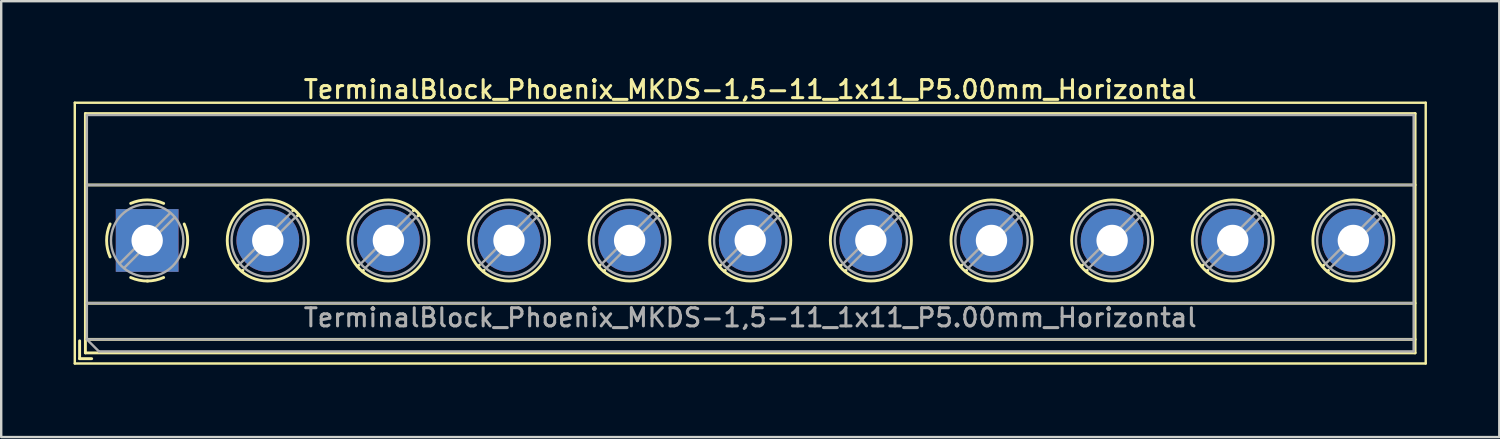
<source format=kicad_pcb>
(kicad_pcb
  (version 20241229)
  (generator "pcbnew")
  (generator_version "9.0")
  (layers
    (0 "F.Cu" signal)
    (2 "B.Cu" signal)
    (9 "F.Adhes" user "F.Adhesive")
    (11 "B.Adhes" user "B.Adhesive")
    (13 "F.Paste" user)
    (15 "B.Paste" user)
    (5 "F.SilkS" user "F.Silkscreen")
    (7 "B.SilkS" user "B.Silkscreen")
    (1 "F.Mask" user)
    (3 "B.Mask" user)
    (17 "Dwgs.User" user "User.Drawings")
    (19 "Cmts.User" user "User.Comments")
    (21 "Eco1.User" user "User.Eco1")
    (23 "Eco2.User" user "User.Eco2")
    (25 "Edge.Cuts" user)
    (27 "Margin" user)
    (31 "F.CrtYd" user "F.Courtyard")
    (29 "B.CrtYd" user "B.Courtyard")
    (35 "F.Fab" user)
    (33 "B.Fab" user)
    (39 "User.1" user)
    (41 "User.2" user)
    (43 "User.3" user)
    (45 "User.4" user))
  (footprint "TerminalBlock_Phoenix_MKDS-1,5-11_1x11_P5.00mm_Horizontal"
    (layer "F.Cu")
    (at 3.05 6.918)
    (property "Reference" "TerminalBlock_Phoenix_MKDS-1,5-11_1x11_P5.00mm_Horizontal" (at 25 -6.26 0) (layer "F.SilkS") (effects (font (size 0.75 0.75) (thickness 0.125))))
    (attr through_hole)
    (fp_line (start -3 -5.71) (end -3 5.1) (stroke (width 0.1) (type solid)) (layer "F.SilkS"))
    (fp_line (start -3 5.1) (end 53 5.1) (stroke (width 0.1) (type solid)) (layer "F.SilkS"))
    (fp_line (start -2.8 4.16) (end -2.8 4.9) (stroke (width 0.12) (type solid)) (layer "F.SilkS"))
    (fp_line (start -2.8 4.9) (end -2.3 4.9) (stroke (width 0.12) (type solid)) (layer "F.SilkS"))
    (fp_line (start -2.56 -5.261) (end -2.56 4.66) (stroke (width 0.12) (type solid)) (layer "F.SilkS"))
    (fp_line (start -2.56 -5.261) (end 52.56 -5.261) (stroke (width 0.12) (type solid)) (layer "F.SilkS"))
    (fp_line (start -2.56 -2.301) (end 52.56 -2.301) (stroke (width 0.12) (type solid)) (layer "F.SilkS"))
    (fp_line (start -2.56 2.6) (end 52.56 2.6) (stroke (width 0.12) (type solid)) (layer "F.SilkS"))
    (fp_line (start -2.56 4.1) (end 52.56 4.1) (stroke (width 0.12) (type solid)) (layer "F.SilkS"))
    (fp_line (start -2.56 4.66) (end 52.56 4.66) (stroke (width 0.12) (type solid)) (layer "F.SilkS"))
    (fp_line (start 3.773 1.023) (end 3.726 1.069) (stroke (width 0.12) (type solid)) (layer "F.SilkS"))
    (fp_line (start 3.966 1.239) (end 3.931 1.274) (stroke (width 0.12) (type solid)) (layer "F.SilkS"))
    (fp_line (start 6.07 -1.275) (end 6.035 -1.239) (stroke (width 0.12) (type solid)) (layer "F.SilkS"))
    (fp_line (start 6.275 -1.069) (end 6.228 -1.023) (stroke (width 0.12) (type solid)) (layer "F.SilkS"))
    (fp_line (start 8.773 1.023) (end 8.726 1.069) (stroke (width 0.12) (type solid)) (layer "F.SilkS"))
    (fp_line (start 8.966 1.239) (end 8.931 1.274) (stroke (width 0.12) (type solid)) (layer "F.SilkS"))
    (fp_line (start 11.07 -1.275) (end 11.035 -1.239) (stroke (width 0.12) (type solid)) (layer "F.SilkS"))
    (fp_line (start 11.275 -1.069) (end 11.228 -1.023) (stroke (width 0.12) (type solid)) (layer "F.SilkS"))
    (fp_line (start 13.773 1.023) (end 13.726 1.069) (stroke (width 0.12) (type solid)) (layer "F.SilkS"))
    (fp_line (start 13.966 1.239) (end 13.931 1.274) (stroke (width 0.12) (type solid)) (layer "F.SilkS"))
    (fp_line (start 16.07 -1.275) (end 16.035 -1.239) (stroke (width 0.12) (type solid)) (layer "F.SilkS"))
    (fp_line (start 16.275 -1.069) (end 16.228 -1.023) (stroke (width 0.12) (type solid)) (layer "F.SilkS"))
    (fp_line (start 18.773 1.023) (end 18.726 1.069) (stroke (width 0.12) (type solid)) (layer "F.SilkS"))
    (fp_line (start 18.966 1.239) (end 18.931 1.274) (stroke (width 0.12) (type solid)) (layer "F.SilkS"))
    (fp_line (start 21.07 -1.275) (end 21.035 -1.239) (stroke (width 0.12) (type solid)) (layer "F.SilkS"))
    (fp_line (start 21.275 -1.069) (end 21.228 -1.023) (stroke (width 0.12) (type solid)) (layer "F.SilkS"))
    (fp_line (start 23.773 1.023) (end 23.726 1.069) (stroke (width 0.12) (type solid)) (layer "F.SilkS"))
    (fp_line (start 23.966 1.239) (end 23.931 1.274) (stroke (width 0.12) (type solid)) (layer "F.SilkS"))
    (fp_line (start 26.07 -1.275) (end 26.035 -1.239) (stroke (width 0.12) (type solid)) (layer "F.SilkS"))
    (fp_line (start 26.275 -1.069) (end 26.228 -1.023) (stroke (width 0.12) (type solid)) (layer "F.SilkS"))
    (fp_line (start 28.773 1.023) (end 28.726 1.069) (stroke (width 0.12) (type solid)) (layer "F.SilkS"))
    (fp_line (start 28.966 1.239) (end 28.931 1.274) (stroke (width 0.12) (type solid)) (layer "F.SilkS"))
    (fp_line (start 31.07 -1.275) (end 31.035 -1.239) (stroke (width 0.12) (type solid)) (layer "F.SilkS"))
    (fp_line (start 31.275 -1.069) (end 31.228 -1.023) (stroke (width 0.12) (type solid)) (layer "F.SilkS"))
    (fp_line (start 33.773 1.023) (end 33.726 1.069) (stroke (width 0.12) (type solid)) (layer "F.SilkS"))
    (fp_line (start 33.966 1.239) (end 33.931 1.274) (stroke (width 0.12) (type solid)) (layer "F.SilkS"))
    (fp_line (start 36.07 -1.275) (end 36.035 -1.239) (stroke (width 0.12) (type solid)) (layer "F.SilkS"))
    (fp_line (start 36.275 -1.069) (end 36.228 -1.023) (stroke (width 0.12) (type solid)) (layer "F.SilkS"))
    (fp_line (start 38.773 1.023) (end 38.726 1.069) (stroke (width 0.12) (type solid)) (layer "F.SilkS"))
    (fp_line (start 38.966 1.239) (end 38.931 1.274) (stroke (width 0.12) (type solid)) (layer "F.SilkS"))
    (fp_line (start 41.07 -1.275) (end 41.035 -1.239) (stroke (width 0.12) (type solid)) (layer "F.SilkS"))
    (fp_line (start 41.275 -1.069) (end 41.228 -1.023) (stroke (width 0.12) (type solid)) (layer "F.SilkS"))
    (fp_line (start 43.773 1.023) (end 43.726 1.069) (stroke (width 0.12) (type solid)) (layer "F.SilkS"))
    (fp_line (start 43.966 1.239) (end 43.931 1.274) (stroke (width 0.12) (type solid)) (layer "F.SilkS"))
    (fp_line (start 46.07 -1.275) (end 46.035 -1.239) (stroke (width 0.12) (type solid)) (layer "F.SilkS"))
    (fp_line (start 46.275 -1.069) (end 46.228 -1.023) (stroke (width 0.12) (type solid)) (layer "F.SilkS"))
    (fp_line (start 48.773 1.023) (end 48.726 1.069) (stroke (width 0.12) (type solid)) (layer "F.SilkS"))
    (fp_line (start 48.966 1.239) (end 48.931 1.274) (stroke (width 0.12) (type solid)) (layer "F.SilkS"))
    (fp_line (start 51.07 -1.275) (end 51.035 -1.239) (stroke (width 0.12) (type solid)) (layer "F.SilkS"))
    (fp_line (start 51.275 -1.069) (end 51.228 -1.023) (stroke (width 0.12) (type solid)) (layer "F.SilkS"))
    (fp_line (start 52.56 -5.261) (end 52.56 4.66) (stroke (width 0.12) (type solid)) (layer "F.SilkS"))
    (fp_line (start 53 -5.71) (end -3 -5.71) (stroke (width 0.1) (type solid)) (layer "F.SilkS"))
    (fp_line (start 53 5.1) (end 53 -5.71) (stroke (width 0.1) (type solid)) (layer "F.SilkS"))
    (fp_arc (start -1.535427 0.683042) (mid -1.680501 -0.000524) (end -1.535 -0.684) (stroke (width 0.12) (type solid)) (layer "F.SilkS"))
    (fp_arc (start -0.683042 -1.535427) (mid 0.000524 -1.680501) (end 0.684 -1.535) (stroke (width 0.12) (type solid)) (layer "F.SilkS"))
    (fp_arc (start 0.028805 1.680253) (mid -0.335551 1.646659) (end -0.684 1.535) (stroke (width 0.12) (type solid)) (layer "F.SilkS"))
    (fp_arc (start 0.683318 1.534756) (mid 0.349292 1.643288) (end 0 1.68) (stroke (width 0.12) (type solid)) (layer "F.SilkS"))
    (fp_arc (start 1.535427 -0.683042) (mid 1.680501 0.000524) (end 1.535 0.684) (stroke (width 0.12) (type solid)) (layer "F.SilkS"))
    (fp_circle (center 5 0) (end 6.68 0) (stroke (width 0.12) (type solid)) (fill no) (layer "F.SilkS"))
    (fp_circle (center 10 0) (end 11.68 0) (stroke (width 0.12) (type solid)) (fill no) (layer "F.SilkS"))
    (fp_circle (center 15 0) (end 16.68 0) (stroke (width 0.12) (type solid)) (fill no) (layer "F.SilkS"))
    (fp_circle (center 20 0) (end 21.68 0) (stroke (width 0.12) (type solid)) (fill no) (layer "F.SilkS"))
    (fp_circle (center 25 0) (end 26.68 0) (stroke (width 0.12) (type solid)) (fill no) (layer "F.SilkS"))
    (fp_circle (center 30 0) (end 31.68 0) (stroke (width 0.12) (type solid)) (fill no) (layer "F.SilkS"))
    (fp_circle (center 35 0) (end 36.68 0) (stroke (width 0.12) (type solid)) (fill no) (layer "F.SilkS"))
    (fp_circle (center 40 0) (end 41.68 0) (stroke (width 0.12) (type solid)) (fill no) (layer "F.SilkS"))
    (fp_circle (center 45 0) (end 46.68 0) (stroke (width 0.12) (type solid)) (fill no) (layer "F.SilkS"))
    (fp_circle (center 50 0) (end 51.68 0) (stroke (width 0.12) (type solid)) (fill no) (layer "F.SilkS"))
    (fp_line (start -2.5 -5.2) (end 52.5 -5.2) (stroke (width 0.1) (type solid)) (layer "F.Fab"))
    (fp_line (start -2.5 -2.3) (end 52.5 -2.3) (stroke (width 0.1) (type solid)) (layer "F.Fab"))
    (fp_line (start -2.5 2.6) (end 52.5 2.6) (stroke (width 0.1) (type solid)) (layer "F.Fab"))
    (fp_line (start -2.5 4.1) (end -2.5 -5.2) (stroke (width 0.1) (type solid)) (layer "F.Fab"))
    (fp_line (start -2.5 4.1) (end 52.5 4.1) (stroke (width 0.1) (type solid)) (layer "F.Fab"))
    (fp_line (start -2 4.6) (end -2.5 4.1) (stroke (width 0.1) (type solid)) (layer "F.Fab"))
    (fp_line (start 0.955 -1.138) (end -1.138 0.955) (stroke (width 0.1) (type solid)) (layer "F.Fab"))
    (fp_line (start 1.138 -0.955) (end -0.955 1.138) (stroke (width 0.1) (type solid)) (layer "F.Fab"))
    (fp_line (start 5.955 -1.138) (end 3.863 0.955) (stroke (width 0.1) (type solid)) (layer "F.Fab"))
    (fp_line (start 6.138 -0.955) (end 4.046 1.138) (stroke (width 0.1) (type solid)) (layer "F.Fab"))
    (fp_line (start 10.955 -1.138) (end 8.863 0.955) (stroke (width 0.1) (type solid)) (layer "F.Fab"))
    (fp_line (start 11.138 -0.955) (end 9.046 1.138) (stroke (width 0.1) (type solid)) (layer "F.Fab"))
    (fp_line (start 15.955 -1.138) (end 13.863 0.955) (stroke (width 0.1) (type solid)) (layer "F.Fab"))
    (fp_line (start 16.138 -0.955) (end 14.046 1.138) (stroke (width 0.1) (type solid)) (layer "F.Fab"))
    (fp_line (start 20.955 -1.138) (end 18.863 0.955) (stroke (width 0.1) (type solid)) (layer "F.Fab"))
    (fp_line (start 21.138 -0.955) (end 19.046 1.138) (stroke (width 0.1) (type solid)) (layer "F.Fab"))
    (fp_line (start 25.955 -1.138) (end 23.863 0.955) (stroke (width 0.1) (type solid)) (layer "F.Fab"))
    (fp_line (start 26.138 -0.955) (end 24.046 1.138) (stroke (width 0.1) (type solid)) (layer "F.Fab"))
    (fp_line (start 30.955 -1.138) (end 28.863 0.955) (stroke (width 0.1) (type solid)) (layer "F.Fab"))
    (fp_line (start 31.138 -0.955) (end 29.046 1.138) (stroke (width 0.1) (type solid)) (layer "F.Fab"))
    (fp_line (start 35.955 -1.138) (end 33.863 0.955) (stroke (width 0.1) (type solid)) (layer "F.Fab"))
    (fp_line (start 36.138 -0.955) (end 34.046 1.138) (stroke (width 0.1) (type solid)) (layer "F.Fab"))
    (fp_line (start 40.955 -1.138) (end 38.863 0.955) (stroke (width 0.1) (type solid)) (layer "F.Fab"))
    (fp_line (start 41.138 -0.955) (end 39.046 1.138) (stroke (width 0.1) (type solid)) (layer "F.Fab"))
    (fp_line (start 45.955 -1.138) (end 43.863 0.955) (stroke (width 0.1) (type solid)) (layer "F.Fab"))
    (fp_line (start 46.138 -0.955) (end 44.046 1.138) (stroke (width 0.1) (type solid)) (layer "F.Fab"))
    (fp_line (start 50.955 -1.138) (end 48.863 0.955) (stroke (width 0.1) (type solid)) (layer "F.Fab"))
    (fp_line (start 51.138 -0.955) (end 49.046 1.138) (stroke (width 0.1) (type solid)) (layer "F.Fab"))
    (fp_line (start 52.5 -5.2) (end 52.5 4.6) (stroke (width 0.1) (type solid)) (layer "F.Fab"))
    (fp_line (start 52.5 4.6) (end -2 4.6) (stroke (width 0.1) (type solid)) (layer "F.Fab"))
    (fp_circle (center 0 0) (end 1.5 0) (stroke (width 0.1) (type solid)) (fill no) (layer "F.Fab"))
    (fp_circle (center 5 0) (end 6.5 0) (stroke (width 0.1) (type solid)) (fill no) (layer "F.Fab"))
    (fp_circle (center 10 0) (end 11.5 0) (stroke (width 0.1) (type solid)) (fill no) (layer "F.Fab"))
    (fp_circle (center 15 0) (end 16.5 0) (stroke (width 0.1) (type solid)) (fill no) (layer "F.Fab"))
    (fp_circle (center 20 0) (end 21.5 0) (stroke (width 0.1) (type solid)) (fill no) (layer "F.Fab"))
    (fp_circle (center 25 0) (end 26.5 0) (stroke (width 0.1) (type solid)) (fill no) (layer "F.Fab"))
    (fp_circle (center 30 0) (end 31.5 0) (stroke (width 0.1) (type solid)) (fill no) (layer "F.Fab"))
    (fp_circle (center 35 0) (end 36.5 0) (stroke (width 0.1) (type solid)) (fill no) (layer "F.Fab"))
    (fp_circle (center 40 0) (end 41.5 0) (stroke (width 0.1) (type solid)) (fill no) (layer "F.Fab"))
    (fp_circle (center 45 0) (end 46.5 0) (stroke (width 0.1) (type solid)) (fill no) (layer "F.Fab"))
    (fp_circle (center 50 0) (end 51.5 0) (stroke (width 0.1) (type solid)) (fill no) (layer "F.Fab"))
    (fp_text user "${REFERENCE}" (at 25 3.2 0) (layer "F.Fab") (effects (font (size 0.75 0.75) (thickness 0.125))))
    (pad "1" thru_hole rect (at 0 0) (size 2.6 2.6) (drill 1.3) (layers "*.Cu" "*.Mask"))
    (pad "2" thru_hole circle (at 5 0) (size 2.6 2.6) (drill 1.3) (layers "*.Cu" "*.Mask"))
    (pad "3" thru_hole circle (at 10 0) (size 2.6 2.6) (drill 1.3) (layers "*.Cu" "*.Mask"))
    (pad "4" thru_hole circle (at 15 0) (size 2.6 2.6) (drill 1.3) (layers "*.Cu" "*.Mask"))
    (pad "5" thru_hole circle (at 20 0) (size 2.6 2.6) (drill 1.3) (layers "*.Cu" "*.Mask"))
    (pad "6" thru_hole circle (at 25 0) (size 2.6 2.6) (drill 1.3) (layers "*.Cu" "*.Mask"))
    (pad "7" thru_hole circle (at 30 0) (size 2.6 2.6) (drill 1.3) (layers "*.Cu" "*.Mask"))
    (pad "8" thru_hole circle (at 35 0) (size 2.6 2.6) (drill 1.3) (layers "*.Cu" "*.Mask"))
    (pad "9" thru_hole circle (at 40 0) (size 2.6 2.6) (drill 1.3) (layers "*.Cu" "*.Mask"))
    (pad "10" thru_hole circle (at 45 0) (size 2.6 2.6) (drill 1.3) (layers "*.Cu" "*.Mask"))
    (pad "11" thru_hole circle (at 50 0) (size 2.6 2.6) (drill 1.3) (layers "*.Cu" "*.Mask")))
  (gr_rect
    (start -3 -3)
    (end 59.1 15.068)
    (stroke (width 0.1) (type default))
    (fill no)
    (layer "Edge.Cuts")))
</source>
